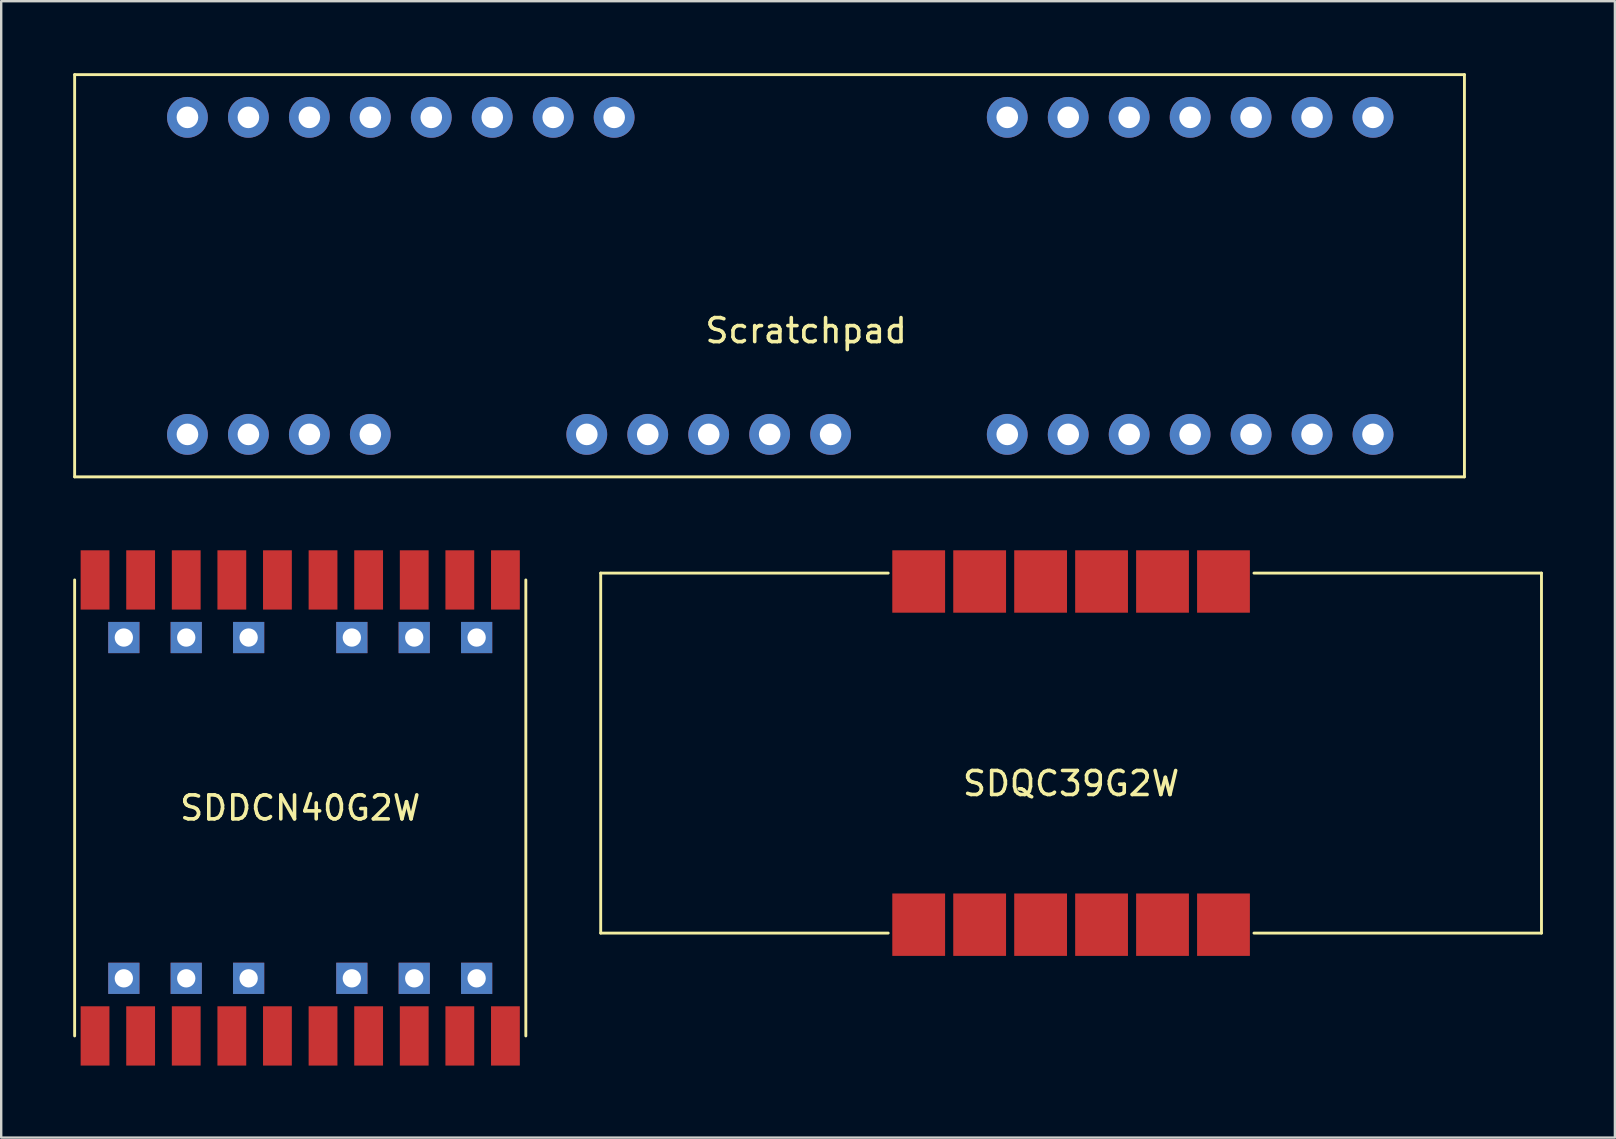
<source format=kicad_pcb>
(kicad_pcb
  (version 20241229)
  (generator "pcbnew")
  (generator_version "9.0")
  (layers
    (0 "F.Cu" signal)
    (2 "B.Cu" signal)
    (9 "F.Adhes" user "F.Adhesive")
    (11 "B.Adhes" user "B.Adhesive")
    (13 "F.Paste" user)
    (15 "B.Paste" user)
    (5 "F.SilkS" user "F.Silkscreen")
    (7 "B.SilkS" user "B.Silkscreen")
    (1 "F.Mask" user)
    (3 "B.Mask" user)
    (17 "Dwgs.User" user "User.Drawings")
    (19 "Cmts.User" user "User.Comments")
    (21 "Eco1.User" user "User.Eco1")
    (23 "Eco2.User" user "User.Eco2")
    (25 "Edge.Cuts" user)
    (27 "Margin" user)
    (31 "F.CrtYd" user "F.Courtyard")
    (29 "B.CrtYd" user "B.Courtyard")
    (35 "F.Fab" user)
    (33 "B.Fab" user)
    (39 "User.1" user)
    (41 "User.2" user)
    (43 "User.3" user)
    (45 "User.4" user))
  (footprint "SDDCN40G2W"
    (layer "F.Cu")
    (at 9.46 30.615)
    (property "Reference" "SDDCN40G2W" (at 0 0 0) (layer "F.SilkS") (effects (font (size 1 1) (thickness 0.15))))
    (attr through_hole)
    (fp_line (start -9.4 9.5) (end -9.4 -9.5) (stroke (width 0.12) (type solid)) (layer "F.SilkS"))
    (fp_line (start 9.4 -9.5) (end 9.4 9.5) (stroke (width 0.12) (type solid)) (layer "F.SilkS"))
    (pad "1" smd rect (at -8.55 9.5) (size 1.2 2.47) (layers "F.Cu" "F.Mask" "F.Paste"))
    (pad "2" smd rect (at -6.65 9.5) (size 1.2 2.47) (layers "F.Cu" "F.Mask" "F.Paste"))
    (pad "3" smd rect (at -4.75 9.5) (size 1.2 2.47) (layers "F.Cu" "F.Mask" "F.Paste"))
    (pad "4" smd rect (at -2.85 9.5) (size 1.2 2.47) (layers "F.Cu" "F.Mask" "F.Paste"))
    (pad "5" smd rect (at -0.95 9.5) (size 1.2 2.47) (layers "F.Cu" "F.Mask" "F.Paste"))
    (pad "6" smd rect (at 0.95 9.5) (size 1.2 2.47) (layers "F.Cu" "F.Mask" "F.Paste"))
    (pad "7" smd rect (at 2.85 9.5) (size 1.2 2.47) (layers "F.Cu" "F.Mask" "F.Paste"))
    (pad "8" smd rect (at 4.75 9.5) (size 1.2 2.47) (layers "F.Cu" "F.Mask" "F.Paste"))
    (pad "9" smd rect (at 6.65 9.5) (size 1.2 2.47) (layers "F.Cu" "F.Mask" "F.Paste"))
    (pad "10" smd rect (at 8.55 9.5) (size 1.2 2.47) (layers "F.Cu" "F.Mask" "F.Paste"))
    (pad "11" thru_hole rect (at 7.35 7.1) (size 1.3 1.3) (drill 0.762) (layers "*.Cu" "*.Mask"))
    (pad "12" thru_hole rect (at 4.75 7.1) (size 1.3 1.3) (drill 0.762) (layers "*.Cu" "*.Mask"))
    (pad "13" thru_hole rect (at 2.15 7.1) (size 1.3 1.3) (drill 0.762) (layers "*.Cu" "*.Mask"))
    (pad "14" thru_hole rect (at -2.15 7.1) (size 1.3 1.3) (drill 0.762) (layers "*.Cu" "*.Mask"))
    (pad "15" thru_hole rect (at -4.75 7.1) (size 1.3 1.3) (drill 0.762) (layers "*.Cu" "*.Mask"))
    (pad "16" thru_hole rect (at -7.35 7.1) (size 1.3 1.3) (drill 0.762) (layers "*.Cu" "*.Mask"))
    (pad "17" thru_hole rect (at -7.35 -7.1) (size 1.3 1.3) (drill 0.762) (layers "*.Cu" "*.Mask"))
    (pad "18" thru_hole rect (at -4.75 -7.1) (size 1.3 1.3) (drill 0.762) (layers "*.Cu" "*.Mask"))
    (pad "19" thru_hole rect (at -2.15 -7.1) (size 1.3 1.3) (drill 0.762) (layers "*.Cu" "*.Mask"))
    (pad "20" thru_hole rect (at 2.15 -7.1) (size 1.3 1.3) (drill 0.762) (layers "*.Cu" "*.Mask"))
    (pad "21" thru_hole rect (at 4.75 -7.1) (size 1.3 1.3) (drill 0.762) (layers "*.Cu" "*.Mask"))
    (pad "22" thru_hole rect (at 7.35 -7.1) (size 1.3 1.3) (drill 0.762) (layers "*.Cu" "*.Mask"))
    (pad "23" smd rect (at 8.55 -9.5) (size 1.2 2.47) (layers "F.Cu" "F.Mask" "F.Paste"))
    (pad "24" smd rect (at 6.65 -9.5) (size 1.2 2.47) (layers "F.Cu" "F.Mask" "F.Paste"))
    (pad "25" smd rect (at 4.75 -9.5) (size 1.2 2.47) (layers "F.Cu" "F.Mask" "F.Paste"))
    (pad "26" smd rect (at 2.85 -9.5) (size 1.2 2.47) (layers "F.Cu" "F.Mask" "F.Paste"))
    (pad "27" smd rect (at 0.95 -9.5) (size 1.2 2.47) (layers "F.Cu" "F.Mask" "F.Paste"))
    (pad "28" smd rect (at -0.95 -9.5) (size 1.2 2.47) (layers "F.Cu" "F.Mask" "F.Paste"))
    (pad "29" smd rect (at -2.85 -9.5) (size 1.2 2.47) (layers "F.Cu" "F.Mask" "F.Paste"))
    (pad "30" smd rect (at -4.75 -9.5) (size 1.2 2.47) (layers "F.Cu" "F.Mask" "F.Paste"))
    (pad "31" smd rect (at -6.65 -9.5) (size 1.2 2.47) (layers "F.Cu" "F.Mask" "F.Paste"))
    (pad "32" smd rect (at -8.55 -9.5) (size 1.2 2.47) (layers "F.Cu" "F.Mask" "F.Paste")))
  (footprint "Scratchpad"
    (layer "F.Cu")
    (at 30.54 8.188)
    (property "Reference" "Scratchpad" (at 0 2.54 0) (layer "F.SilkS") (effects (font (size 1 1) (thickness 0.15))))
    (attr through_hole)
    (fp_line (start -30.48 -8.128) (end -30.48 8.632) (stroke (width 0.12) (type solid)) (layer "F.SilkS"))
    (fp_line (start -30.48 -8.128) (end 27.43 -8.128) (stroke (width 0.12) (type solid)) (layer "F.SilkS"))
    (fp_line (start -30.48 8.632) (end 27.43 8.632) (stroke (width 0.12) (type solid)) (layer "F.SilkS"))
    (fp_line (start 27.43 8.632) (end 27.43 -8.128) (stroke (width 0.12) (type solid)) (layer "F.SilkS"))
    (pad "1" thru_hole circle (at -25.78 -6.348) (size 1.7 1.7) (drill 0.9) (layers "*.Cu" "*.Mask"))
    (pad "2" thru_hole circle (at -23.24 -6.348) (size 1.7 1.7) (drill 0.9) (layers "*.Cu" "*.Mask"))
    (pad "3" thru_hole circle (at -20.7 -6.348) (size 1.7 1.7) (drill 0.9) (layers "*.Cu" "*.Mask"))
    (pad "4" thru_hole circle (at -18.16 -6.348) (size 1.7 1.7) (drill 0.9) (layers "*.Cu" "*.Mask"))
    (pad "5" thru_hole circle (at -15.62 -6.348) (size 1.7 1.7) (drill 0.9) (layers "*.Cu" "*.Mask"))
    (pad "6" thru_hole circle (at -13.08 -6.348) (size 1.7 1.7) (drill 0.9) (layers "*.Cu" "*.Mask"))
    (pad "7" thru_hole circle (at -10.54 -6.348) (size 1.7 1.7) (drill 0.9) (layers "*.Cu" "*.Mask"))
    (pad "8" thru_hole circle (at -8 -6.348) (size 1.7 1.7) (drill 0.9) (layers "*.Cu" "*.Mask"))
    (pad "9" thru_hole circle (at 8.38 -6.348) (size 1.7 1.7) (drill 0.9) (layers "*.Cu" "*.Mask"))
    (pad "10" thru_hole circle (at 10.92 -6.348) (size 1.7 1.7) (drill 0.9) (layers "*.Cu" "*.Mask"))
    (pad "11" thru_hole circle (at 13.46 -6.348) (size 1.7 1.7) (drill 0.9) (layers "*.Cu" "*.Mask"))
    (pad "12" thru_hole circle (at 16 -6.348) (size 1.7 1.7) (drill 0.9) (layers "*.Cu" "*.Mask"))
    (pad "13" thru_hole circle (at 18.54 -6.348) (size 1.7 1.7) (drill 0.9) (layers "*.Cu" "*.Mask"))
    (pad "14" thru_hole circle (at 21.08 -6.348) (size 1.7 1.7) (drill 0.9) (layers "*.Cu" "*.Mask"))
    (pad "15" thru_hole circle (at 23.62 -6.348) (size 1.7 1.7) (drill 0.9) (layers "*.Cu" "*.Mask"))
    (pad "16" thru_hole circle (at -25.78 6.862) (size 1.7 1.7) (drill 0.9) (layers "*.Cu" "*.Mask"))
    (pad "17" thru_hole circle (at -23.24 6.862) (size 1.7 1.7) (drill 0.9) (layers "*.Cu" "*.Mask"))
    (pad "18" thru_hole circle (at -20.7 6.862) (size 1.7 1.7) (drill 0.9) (layers "*.Cu" "*.Mask"))
    (pad "19" thru_hole circle (at -18.16 6.862) (size 1.7 1.7) (drill 0.9) (layers "*.Cu" "*.Mask"))
    (pad "20" thru_hole circle (at -9.14 6.862) (size 1.7 1.7) (drill 0.9) (layers "*.Cu" "*.Mask"))
    (pad "21" thru_hole circle (at -6.6 6.862) (size 1.7 1.7) (drill 0.9) (layers "*.Cu" "*.Mask"))
    (pad "22" thru_hole circle (at -4.06 6.862) (size 1.7 1.7) (drill 0.9) (layers "*.Cu" "*.Mask"))
    (pad "23" thru_hole circle (at -1.52 6.862) (size 1.7 1.7) (drill 0.9) (layers "*.Cu" "*.Mask"))
    (pad "24" thru_hole circle (at 1.02 6.862) (size 1.7 1.7) (drill 0.9) (layers "*.Cu" "*.Mask"))
    (pad "25" thru_hole circle (at 8.38 6.862) (size 1.7 1.7) (drill 0.9) (layers "*.Cu" "*.Mask"))
    (pad "26" thru_hole circle (at 10.92 6.862) (size 1.7 1.7) (drill 0.9) (layers "*.Cu" "*.Mask"))
    (pad "27" thru_hole circle (at 13.46 6.862) (size 1.7 1.7) (drill 0.9) (layers "*.Cu" "*.Mask"))
    (pad "28" thru_hole circle (at 16 6.862) (size 1.7 1.7) (drill 0.9) (layers "*.Cu" "*.Mask"))
    (pad "29" thru_hole circle (at 18.54 6.862) (size 1.7 1.7) (drill 0.9) (layers "*.Cu" "*.Mask"))
    (pad "30" thru_hole circle (at 21.08 6.862) (size 1.7 1.7) (drill 0.9) (layers "*.Cu" "*.Mask"))
    (pad "31" thru_hole circle (at 23.62 6.862) (size 1.7 1.7) (drill 0.9) (layers "*.Cu" "*.Mask")))
  (footprint "SDQC39G2W"
    (layer "F.Cu")
    (at 41.58 28.33)
    (property "Reference" "SDQC39G2W" (at 0 1.27 0) (layer "F.SilkS") (effects (font (size 1 1) (thickness 0.15))))
    (attr through_hole)
    (fp_line (start -19.6 -7.5) (end -19.6 7.5) (stroke (width 0.12) (type solid)) (layer "F.SilkS"))
    (fp_line (start -19.6 -7.5) (end -7.62 -7.5) (stroke (width 0.12) (type solid)) (layer "F.SilkS"))
    (fp_line (start -19.6 7.5) (end -7.62 7.5) (stroke (width 0.12) (type solid)) (layer "F.SilkS"))
    (fp_line (start 19.6 -7.5) (end 7.62 -7.5) (stroke (width 0.12) (type solid)) (layer "F.SilkS"))
    (fp_line (start 19.6 -7.5) (end 19.6 7.5) (stroke (width 0.12) (type solid)) (layer "F.SilkS"))
    (fp_line (start 19.6 7.5) (end 7.62 7.5) (stroke (width 0.12) (type solid)) (layer "F.SilkS"))
    (pad "1" smd rect (at -6.35 7.15) (size 2.2 2.6) (layers "F.Cu" "F.Mask" "F.Paste"))
    (pad "2" smd rect (at -3.81 7.15) (size 2.2 2.6) (layers "F.Cu" "F.Mask" "F.Paste"))
    (pad "3" smd rect (at -1.27 7.15) (size 2.2 2.6) (layers "F.Cu" "F.Mask" "F.Paste"))
    (pad "4" smd rect (at 1.27 7.15) (size 2.2 2.6) (layers "F.Cu" "F.Mask" "F.Paste"))
    (pad "5" smd rect (at 3.81 7.15) (size 2.2 2.6) (layers "F.Cu" "F.Mask" "F.Paste"))
    (pad "6" smd rect (at 6.35 7.15) (size 2.2 2.6) (layers "F.Cu" "F.Mask" "F.Paste"))
    (pad "7" smd rect (at 6.35 -7.15) (size 2.2 2.6) (layers "F.Cu" "F.Mask" "F.Paste"))
    (pad "8" smd rect (at 3.81 -7.15) (size 2.2 2.6) (layers "F.Cu" "F.Mask" "F.Paste"))
    (pad "9" smd rect (at 1.27 -7.15) (size 2.2 2.6) (layers "F.Cu" "F.Mask" "F.Paste"))
    (pad "10" smd rect (at -1.27 -7.15) (size 2.2 2.6) (layers "F.Cu" "F.Mask" "F.Paste"))
    (pad "11" smd rect (at -3.81 -7.15) (size 2.2 2.6) (layers "F.Cu" "F.Mask" "F.Paste"))
    (pad "12" smd rect (at -6.35 -7.15) (size 2.2 2.6) (layers "F.Cu" "F.Mask" "F.Paste")))
  (gr_rect
    (start -3 -3)
    (end 64.24 44.35)
    (stroke (width 0.1) (type default))
    (fill no)
    (layer "Edge.Cuts")))
</source>
